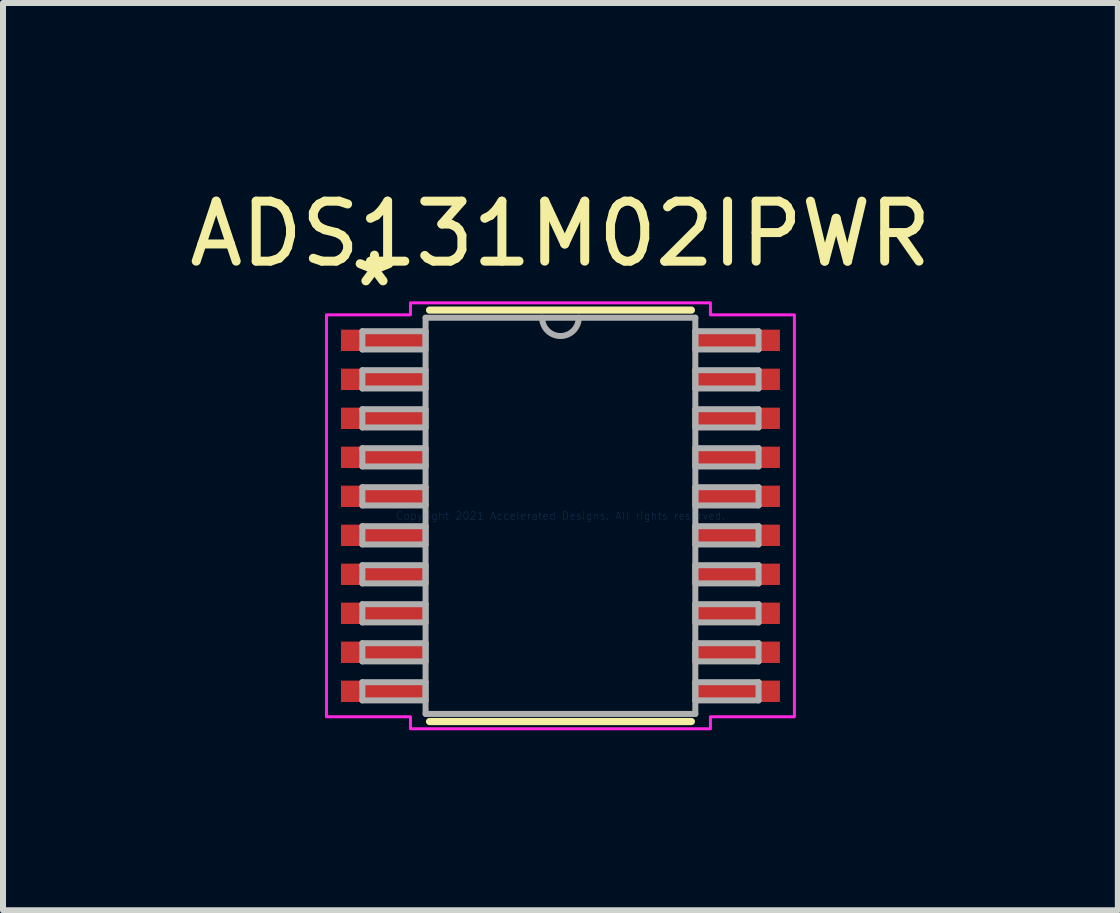
<source format=kicad_pcb>
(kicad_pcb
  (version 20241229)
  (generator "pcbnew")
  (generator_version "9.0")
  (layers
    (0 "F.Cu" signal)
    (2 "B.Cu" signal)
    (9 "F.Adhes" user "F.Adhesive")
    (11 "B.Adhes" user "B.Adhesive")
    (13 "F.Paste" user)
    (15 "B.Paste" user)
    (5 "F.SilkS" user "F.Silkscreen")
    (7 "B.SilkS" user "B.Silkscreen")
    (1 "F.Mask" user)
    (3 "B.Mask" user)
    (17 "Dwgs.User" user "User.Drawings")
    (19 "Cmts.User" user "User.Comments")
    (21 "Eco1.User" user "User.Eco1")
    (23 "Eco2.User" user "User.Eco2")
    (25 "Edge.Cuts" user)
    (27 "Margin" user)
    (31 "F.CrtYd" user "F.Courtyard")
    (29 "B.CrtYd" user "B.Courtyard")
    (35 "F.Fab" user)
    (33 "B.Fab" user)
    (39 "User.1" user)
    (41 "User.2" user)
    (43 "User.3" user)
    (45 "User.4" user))
  (footprint "ADS131M02IPWR"
    (layer "F.Cu")
    (at 6.292 5.548)
    (property "Reference" "ADS131M02IPWR" (at 0 -4.7 0) (layer "F.SilkS") (effects (font (size 1 1) (thickness 0.15))))
    (attr smd)
    (fp_line (start -2.182 3.429) (end 2.182 3.429) (stroke (width 0.12) (type solid)) (layer "F.SilkS"))
    (fp_line (start 2.182 -3.429) (end -2.182 -3.429) (stroke (width 0.12) (type solid)) (layer "F.SilkS"))
    (fp_poly (pts (xy 2.5 -3.35) (xy 3.9 -3.35) (xy 3.9 3.35) (xy 2.5 3.35) (xy 2.5 3.55) (xy -2.5 3.55) (xy -2.5 3.35) (xy -3.9 3.35) (xy -3.9 -3.35) (xy -2.5 -3.35) (xy -2.5 -3.55) (xy 2.5 -3.55)) (stroke (width 0.05) (type solid)) (fill no) (layer "F.CrtYd"))
    (fp_line (start -3.302 -3.077) (end -3.302 -2.773) (stroke (width 0.1) (type solid)) (layer "F.Fab"))
    (fp_line (start -3.302 -2.773) (end -2.248 -2.773) (stroke (width 0.1) (type solid)) (layer "F.Fab"))
    (fp_line (start -3.302 -2.427) (end -3.302 -2.123) (stroke (width 0.1) (type solid)) (layer "F.Fab"))
    (fp_line (start -3.302 -2.123) (end -2.248 -2.123) (stroke (width 0.1) (type solid)) (layer "F.Fab"))
    (fp_line (start -3.302 -1.777) (end -3.302 -1.473) (stroke (width 0.1) (type solid)) (layer "F.Fab"))
    (fp_line (start -3.302 -1.473) (end -2.248 -1.473) (stroke (width 0.1) (type solid)) (layer "F.Fab"))
    (fp_line (start -3.302 -1.127) (end -3.302 -0.823) (stroke (width 0.1) (type solid)) (layer "F.Fab"))
    (fp_line (start -3.302 -0.823) (end -2.248 -0.823) (stroke (width 0.1) (type solid)) (layer "F.Fab"))
    (fp_line (start -3.302 -0.477) (end -3.302 -0.173) (stroke (width 0.1) (type solid)) (layer "F.Fab"))
    (fp_line (start -3.302 -0.173) (end -2.248 -0.173) (stroke (width 0.1) (type solid)) (layer "F.Fab"))
    (fp_line (start -3.302 0.173) (end -3.302 0.477) (stroke (width 0.1) (type solid)) (layer "F.Fab"))
    (fp_line (start -3.302 0.477) (end -2.248 0.477) (stroke (width 0.1) (type solid)) (layer "F.Fab"))
    (fp_line (start -3.302 0.823) (end -3.302 1.127) (stroke (width 0.1) (type solid)) (layer "F.Fab"))
    (fp_line (start -3.302 1.127) (end -2.248 1.127) (stroke (width 0.1) (type solid)) (layer "F.Fab"))
    (fp_line (start -3.302 1.473) (end -3.302 1.777) (stroke (width 0.1) (type solid)) (layer "F.Fab"))
    (fp_line (start -3.302 1.777) (end -2.248 1.777) (stroke (width 0.1) (type solid)) (layer "F.Fab"))
    (fp_line (start -3.302 2.123) (end -3.302 2.427) (stroke (width 0.1) (type solid)) (layer "F.Fab"))
    (fp_line (start -3.302 2.427) (end -2.248 2.427) (stroke (width 0.1) (type solid)) (layer "F.Fab"))
    (fp_line (start -3.302 2.773) (end -3.302 3.077) (stroke (width 0.1) (type solid)) (layer "F.Fab"))
    (fp_line (start -3.302 3.077) (end -2.248 3.077) (stroke (width 0.1) (type solid)) (layer "F.Fab"))
    (fp_line (start -2.248 -3.302) (end -2.248 3.302) (stroke (width 0.1) (type solid)) (layer "F.Fab"))
    (fp_line (start -2.248 -3.077) (end -3.302 -3.077) (stroke (width 0.1) (type solid)) (layer "F.Fab"))
    (fp_line (start -2.248 -2.773) (end -2.248 -3.077) (stroke (width 0.1) (type solid)) (layer "F.Fab"))
    (fp_line (start -2.248 -2.427) (end -3.302 -2.427) (stroke (width 0.1) (type solid)) (layer "F.Fab"))
    (fp_line (start -2.248 -2.123) (end -2.248 -2.427) (stroke (width 0.1) (type solid)) (layer "F.Fab"))
    (fp_line (start -2.248 -1.777) (end -3.302 -1.777) (stroke (width 0.1) (type solid)) (layer "F.Fab"))
    (fp_line (start -2.248 -1.473) (end -2.248 -1.777) (stroke (width 0.1) (type solid)) (layer "F.Fab"))
    (fp_line (start -2.248 -1.127) (end -3.302 -1.127) (stroke (width 0.1) (type solid)) (layer "F.Fab"))
    (fp_line (start -2.248 -0.823) (end -2.248 -1.127) (stroke (width 0.1) (type solid)) (layer "F.Fab"))
    (fp_line (start -2.248 -0.477) (end -3.302 -0.477) (stroke (width 0.1) (type solid)) (layer "F.Fab"))
    (fp_line (start -2.248 -0.173) (end -2.248 -0.477) (stroke (width 0.1) (type solid)) (layer "F.Fab"))
    (fp_line (start -2.248 0.173) (end -3.302 0.173) (stroke (width 0.1) (type solid)) (layer "F.Fab"))
    (fp_line (start -2.248 0.477) (end -2.248 0.173) (stroke (width 0.1) (type solid)) (layer "F.Fab"))
    (fp_line (start -2.248 0.823) (end -3.302 0.823) (stroke (width 0.1) (type solid)) (layer "F.Fab"))
    (fp_line (start -2.248 1.127) (end -2.248 0.823) (stroke (width 0.1) (type solid)) (layer "F.Fab"))
    (fp_line (start -2.248 1.473) (end -3.302 1.473) (stroke (width 0.1) (type solid)) (layer "F.Fab"))
    (fp_line (start -2.248 1.777) (end -2.248 1.473) (stroke (width 0.1) (type solid)) (layer "F.Fab"))
    (fp_line (start -2.248 2.123) (end -3.302 2.123) (stroke (width 0.1) (type solid)) (layer "F.Fab"))
    (fp_line (start -2.248 2.427) (end -2.248 2.123) (stroke (width 0.1) (type solid)) (layer "F.Fab"))
    (fp_line (start -2.248 2.773) (end -3.302 2.773) (stroke (width 0.1) (type solid)) (layer "F.Fab"))
    (fp_line (start -2.248 3.077) (end -2.248 2.773) (stroke (width 0.1) (type solid)) (layer "F.Fab"))
    (fp_line (start -2.248 3.302) (end 2.248 3.302) (stroke (width 0.1) (type solid)) (layer "F.Fab"))
    (fp_line (start 2.248 -3.302) (end -2.248 -3.302) (stroke (width 0.1) (type solid)) (layer "F.Fab"))
    (fp_line (start 2.248 -3.077) (end 2.248 -2.773) (stroke (width 0.1) (type solid)) (layer "F.Fab"))
    (fp_line (start 2.248 -2.773) (end 3.302 -2.773) (stroke (width 0.1) (type solid)) (layer "F.Fab"))
    (fp_line (start 2.248 -2.427) (end 2.248 -2.123) (stroke (width 0.1) (type solid)) (layer "F.Fab"))
    (fp_line (start 2.248 -2.123) (end 3.302 -2.123) (stroke (width 0.1) (type solid)) (layer "F.Fab"))
    (fp_line (start 2.248 -1.777) (end 2.248 -1.473) (stroke (width 0.1) (type solid)) (layer "F.Fab"))
    (fp_line (start 2.248 -1.473) (end 3.302 -1.473) (stroke (width 0.1) (type solid)) (layer "F.Fab"))
    (fp_line (start 2.248 -1.127) (end 2.248 -0.823) (stroke (width 0.1) (type solid)) (layer "F.Fab"))
    (fp_line (start 2.248 -0.823) (end 3.302 -0.823) (stroke (width 0.1) (type solid)) (layer "F.Fab"))
    (fp_line (start 2.248 -0.477) (end 2.248 -0.173) (stroke (width 0.1) (type solid)) (layer "F.Fab"))
    (fp_line (start 2.248 -0.173) (end 3.302 -0.173) (stroke (width 0.1) (type solid)) (layer "F.Fab"))
    (fp_line (start 2.248 0.173) (end 2.248 0.477) (stroke (width 0.1) (type solid)) (layer "F.Fab"))
    (fp_line (start 2.248 0.477) (end 3.302 0.477) (stroke (width 0.1) (type solid)) (layer "F.Fab"))
    (fp_line (start 2.248 0.823) (end 2.248 1.127) (stroke (width 0.1) (type solid)) (layer "F.Fab"))
    (fp_line (start 2.248 1.127) (end 3.302 1.127) (stroke (width 0.1) (type solid)) (layer "F.Fab"))
    (fp_line (start 2.248 1.473) (end 2.248 1.777) (stroke (width 0.1) (type solid)) (layer "F.Fab"))
    (fp_line (start 2.248 1.777) (end 3.302 1.777) (stroke (width 0.1) (type solid)) (layer "F.Fab"))
    (fp_line (start 2.248 2.123) (end 2.248 2.427) (stroke (width 0.1) (type solid)) (layer "F.Fab"))
    (fp_line (start 2.248 2.427) (end 3.302 2.427) (stroke (width 0.1) (type solid)) (layer "F.Fab"))
    (fp_line (start 2.248 2.773) (end 2.248 3.077) (stroke (width 0.1) (type solid)) (layer "F.Fab"))
    (fp_line (start 2.248 3.077) (end 3.302 3.077) (stroke (width 0.1) (type solid)) (layer "F.Fab"))
    (fp_line (start 2.248 3.302) (end 2.248 -3.302) (stroke (width 0.1) (type solid)) (layer "F.Fab"))
    (fp_line (start 3.302 -3.077) (end 2.248 -3.077) (stroke (width 0.1) (type solid)) (layer "F.Fab"))
    (fp_line (start 3.302 -2.773) (end 3.302 -3.077) (stroke (width 0.1) (type solid)) (layer "F.Fab"))
    (fp_line (start 3.302 -2.427) (end 2.248 -2.427) (stroke (width 0.1) (type solid)) (layer "F.Fab"))
    (fp_line (start 3.302 -2.123) (end 3.302 -2.427) (stroke (width 0.1) (type solid)) (layer "F.Fab"))
    (fp_line (start 3.302 -1.777) (end 2.248 -1.777) (stroke (width 0.1) (type solid)) (layer "F.Fab"))
    (fp_line (start 3.302 -1.473) (end 3.302 -1.777) (stroke (width 0.1) (type solid)) (layer "F.Fab"))
    (fp_line (start 3.302 -1.127) (end 2.248 -1.127) (stroke (width 0.1) (type solid)) (layer "F.Fab"))
    (fp_line (start 3.302 -0.823) (end 3.302 -1.127) (stroke (width 0.1) (type solid)) (layer "F.Fab"))
    (fp_line (start 3.302 -0.477) (end 2.248 -0.477) (stroke (width 0.1) (type solid)) (layer "F.Fab"))
    (fp_line (start 3.302 -0.173) (end 3.302 -0.477) (stroke (width 0.1) (type solid)) (layer "F.Fab"))
    (fp_line (start 3.302 0.173) (end 2.248 0.173) (stroke (width 0.1) (type solid)) (layer "F.Fab"))
    (fp_line (start 3.302 0.477) (end 3.302 0.173) (stroke (width 0.1) (type solid)) (layer "F.Fab"))
    (fp_line (start 3.302 0.823) (end 2.248 0.823) (stroke (width 0.1) (type solid)) (layer "F.Fab"))
    (fp_line (start 3.302 1.127) (end 3.302 0.823) (stroke (width 0.1) (type solid)) (layer "F.Fab"))
    (fp_line (start 3.302 1.473) (end 2.248 1.473) (stroke (width 0.1) (type solid)) (layer "F.Fab"))
    (fp_line (start 3.302 1.777) (end 3.302 1.473) (stroke (width 0.1) (type solid)) (layer "F.Fab"))
    (fp_line (start 3.302 2.123) (end 2.248 2.123) (stroke (width 0.1) (type solid)) (layer "F.Fab"))
    (fp_line (start 3.302 2.427) (end 3.302 2.123) (stroke (width 0.1) (type solid)) (layer "F.Fab"))
    (fp_line (start 3.302 2.773) (end 2.248 2.773) (stroke (width 0.1) (type solid)) (layer "F.Fab"))
    (fp_line (start 3.302 3.077) (end 3.302 2.773) (stroke (width 0.1) (type solid)) (layer "F.Fab"))
    (fp_arc (start 0.3048 -3.302) (mid 0 -2.9972) (end -0.3048 -3.302) (stroke (width 0.1) (type solid)) (layer "F.Fab"))
    (fp_text user "*" (at -3.1 -3.8 0) (layer "F.SilkS") (effects (font (size 1 1) (thickness 0.15))))
    (fp_text user "Copyright 2021 Accelerated Designs. All rights reserved." (at 0 0 0) (layer "Cmts.User") (effects (font (size 0.127 0.127) (thickness 0.002))))
    (pad "1" smd rect (at -2.953 -2.925) (size 1.41 0.356) (layers "F.Cu" "F.Mask" "F.Paste"))
    (pad "2" smd rect (at -2.953 -2.275) (size 1.41 0.356) (layers "F.Cu" "F.Mask" "F.Paste"))
    (pad "3" smd rect (at -2.953 -1.625) (size 1.41 0.356) (layers "F.Cu" "F.Mask" "F.Paste"))
    (pad "4" smd rect (at -2.953 -0.975) (size 1.41 0.356) (layers "F.Cu" "F.Mask" "F.Paste"))
    (pad "5" smd rect (at -2.953 -0.325) (size 1.41 0.356) (layers "F.Cu" "F.Mask" "F.Paste"))
    (pad "6" smd rect (at -2.953 0.325) (size 1.41 0.356) (layers "F.Cu" "F.Mask" "F.Paste"))
    (pad "7" smd rect (at -2.953 0.975) (size 1.41 0.356) (layers "F.Cu" "F.Mask" "F.Paste"))
    (pad "8" smd rect (at -2.953 1.625) (size 1.41 0.356) (layers "F.Cu" "F.Mask" "F.Paste"))
    (pad "9" smd rect (at -2.953 2.275) (size 1.41 0.356) (layers "F.Cu" "F.Mask" "F.Paste"))
    (pad "10" smd rect (at -2.953 2.925) (size 1.41 0.356) (layers "F.Cu" "F.Mask" "F.Paste"))
    (pad "11" smd rect (at 2.953 2.925) (size 1.41 0.356) (layers "F.Cu" "F.Mask" "F.Paste"))
    (pad "12" smd rect (at 2.953 2.275) (size 1.41 0.356) (layers "F.Cu" "F.Mask" "F.Paste"))
    (pad "13" smd rect (at 2.953 1.625) (size 1.41 0.356) (layers "F.Cu" "F.Mask" "F.Paste"))
    (pad "14" smd rect (at 2.953 0.975) (size 1.41 0.356) (layers "F.Cu" "F.Mask" "F.Paste"))
    (pad "15" smd rect (at 2.953 0.325) (size 1.41 0.356) (layers "F.Cu" "F.Mask" "F.Paste"))
    (pad "16" smd rect (at 2.953 -0.325) (size 1.41 0.356) (layers "F.Cu" "F.Mask" "F.Paste"))
    (pad "17" smd rect (at 2.953 -0.975) (size 1.41 0.356) (layers "F.Cu" "F.Mask" "F.Paste"))
    (pad "18" smd rect (at 2.953 -1.625) (size 1.41 0.356) (layers "F.Cu" "F.Mask" "F.Paste"))
    (pad "19" smd rect (at 2.953 -2.275) (size 1.41 0.356) (layers "F.Cu" "F.Mask" "F.Paste"))
    (pad "20" smd rect (at 2.953 -2.925) (size 1.41 0.356) (layers "F.Cu" "F.Mask" "F.Paste")))
  (gr_rect
    (start -3 -3)
    (end 15.583 12.123)
    (stroke (width 0.1) (type default))
    (fill no)
    (layer "Edge.Cuts")))
</source>
